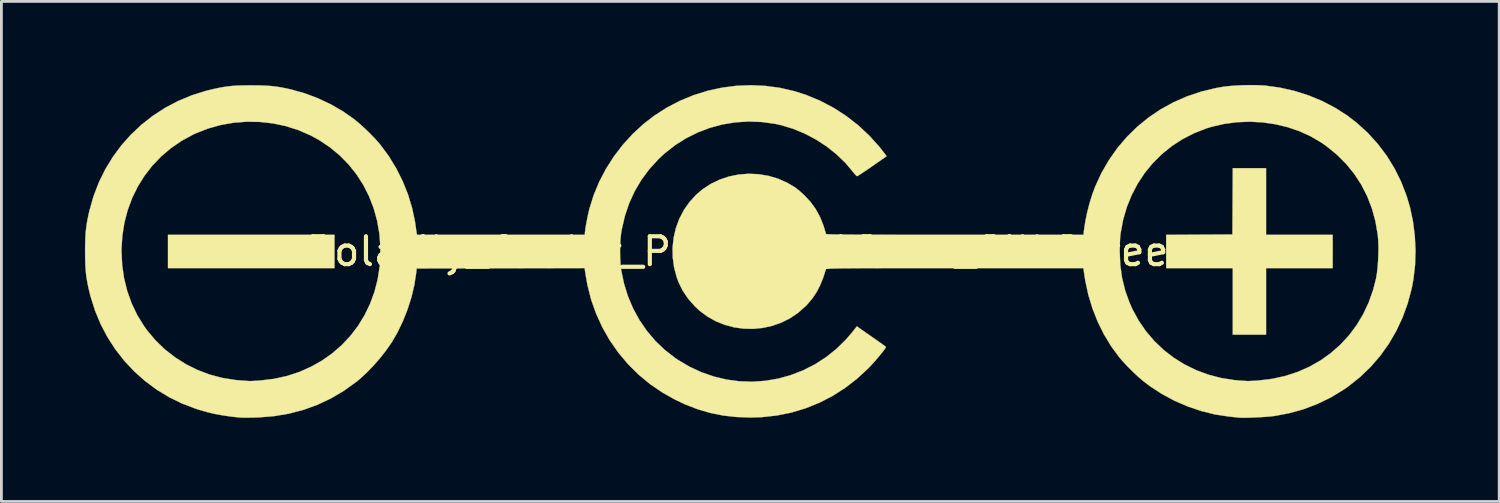
<source format=kicad_pcb>
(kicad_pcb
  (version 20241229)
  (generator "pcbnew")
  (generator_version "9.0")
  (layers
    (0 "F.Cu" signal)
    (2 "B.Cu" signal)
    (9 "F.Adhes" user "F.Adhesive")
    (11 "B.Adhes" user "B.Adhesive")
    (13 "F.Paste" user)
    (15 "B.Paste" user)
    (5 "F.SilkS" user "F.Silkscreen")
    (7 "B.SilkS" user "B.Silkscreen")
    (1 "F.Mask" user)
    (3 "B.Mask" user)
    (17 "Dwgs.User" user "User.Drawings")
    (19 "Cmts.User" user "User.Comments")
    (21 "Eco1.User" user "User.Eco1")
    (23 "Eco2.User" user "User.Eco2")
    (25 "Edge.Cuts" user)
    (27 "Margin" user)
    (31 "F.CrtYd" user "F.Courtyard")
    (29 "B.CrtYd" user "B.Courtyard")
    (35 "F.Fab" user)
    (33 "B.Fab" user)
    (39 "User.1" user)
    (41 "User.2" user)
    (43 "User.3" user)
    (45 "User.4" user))
  (footprint "Polarity_Center_Positive_12mm_SilkScreen"
    (layer "F.Cu")
    (at 23.873 5.977)
    (property "Reference" "Polarity_Center_Positive_12mm_SilkScreen" (at 0 0 0) (layer "F.SilkS") (effects (font (size 1 1) (thickness 0.15))))
    (attr exclude_from_pos_files exclude_from_bom allow_missing_courtyard)
    (fp_poly (pts (xy -14.916 0.598) (xy -20.893 0.598) (xy -20.893 -0.598) (xy -14.916 -0.598) (xy -14.916 0.598)) (stroke (width 0.01) (type solid)) (fill yes) (layer "F.SilkS"))
    (fp_poly (pts (xy 18.527 -0.598) (xy 20.918 -0.598) (xy 20.918 0.598) (xy 18.527 0.598) (xy 18.527 2.988) (xy 17.332 2.988) (xy 17.332 0.598) (xy 14.941 0.598) (xy 14.941 -0.597) (xy 17.319 -0.61) (xy 17.326 -1.799) (xy 17.332 -2.988) (xy 18.527 -2.988) (xy 18.527 -0.598)) (stroke (width 0.01) (type solid)) (fill yes) (layer "F.SilkS"))
    (fp_poly (pts (xy 18.17 -5.97) (xy 18.386 -5.962) (xy 18.491 -5.954) (xy 19.023 -5.882) (xy 19.544 -5.764) (xy 20.051 -5.603) (xy 20.539 -5.401) (xy 21.004 -5.159) (xy 21.441 -4.88) (xy 21.789 -4.612) (xy 22.184 -4.251) (xy 22.541 -3.857) (xy 22.86 -3.433) (xy 23.138 -2.981) (xy 23.375 -2.504) (xy 23.569 -2.004) (xy 23.695 -1.581) (xy 23.801 -1.077) (xy 23.867 -0.558) (xy 23.892 -0.035) (xy 23.876 0.485) (xy 23.818 0.993) (xy 23.755 1.329) (xy 23.612 1.862) (xy 23.427 2.371) (xy 23.201 2.855) (xy 22.934 3.313) (xy 22.628 3.742) (xy 22.284 4.14) (xy 21.904 4.506) (xy 21.488 4.838) (xy 21.313 4.96) (xy 20.854 5.239) (xy 20.374 5.473) (xy 19.874 5.663) (xy 19.351 5.808) (xy 18.844 5.903) (xy 18.716 5.919) (xy 18.558 5.933) (xy 18.381 5.946) (xy 18.195 5.956) (xy 18.011 5.964) (xy 17.839 5.968) (xy 17.69 5.969) (xy 17.575 5.966) (xy 17.531 5.962) (xy 17.469 5.955) (xy 17.373 5.945) (xy 17.258 5.933) (xy 17.182 5.925) (xy 16.69 5.85) (xy 16.198 5.728) (xy 15.711 5.563) (xy 15.238 5.358) (xy 14.786 5.116) (xy 14.362 4.839) (xy 14.107 4.644) (xy 13.944 4.504) (xy 13.766 4.338) (xy 13.586 4.16) (xy 13.418 3.982) (xy 13.274 3.818) (xy 13.257 3.798) (xy 12.967 3.405) (xy 12.707 2.977) (xy 12.482 2.521) (xy 12.293 2.041) (xy 12.143 1.544) (xy 12.035 1.036) (xy 12.014 0.903) (xy 11.969 0.598) (xy 7.353 0.598) (xy 6.77 0.598) (xy 6.235 0.598) (xy 5.746 0.598) (xy 5.301 0.599) (xy 4.899 0.599) (xy 4.538 0.6) (xy 4.215 0.601) (xy 3.93 0.602) (xy 3.681 0.604) (xy 3.465 0.605) (xy 3.28 0.607) (xy 3.126 0.61) (xy 3 0.612) (xy 2.9 0.615) (xy 2.825 0.618) (xy 2.773 0.621) (xy 2.741 0.624) (xy 2.729 0.628) (xy 2.729 0.629) (xy 2.628 0.944) (xy 2.517 1.218) (xy 2.391 1.46) (xy 2.244 1.68) (xy 2.071 1.887) (xy 1.993 1.968) (xy 1.725 2.205) (xy 1.433 2.401) (xy 1.122 2.556) (xy 0.795 2.671) (xy 0.458 2.745) (xy 0.116 2.778) (xy -0.229 2.771) (xy -0.57 2.724) (xy -0.903 2.635) (xy -1.224 2.506) (xy -1.528 2.337) (xy -1.811 2.126) (xy -1.975 1.974) (xy -2.217 1.7) (xy -2.413 1.411) (xy -2.565 1.102) (xy -2.627 0.936) (xy -2.723 0.576) (xy -2.773 0.214) (xy -2.776 0.009) (xy 13.273 0.009) (xy 13.294 0.49) (xy 13.358 0.95) (xy 13.467 1.394) (xy 13.621 1.827) (xy 13.733 2.079) (xy 13.958 2.49) (xy 14.221 2.871) (xy 14.519 3.22) (xy 14.85 3.535) (xy 15.211 3.814) (xy 15.6 4.056) (xy 16.013 4.259) (xy 16.449 4.421) (xy 16.905 4.541) (xy 17.378 4.617) (xy 17.655 4.64) (xy 17.745 4.645) (xy 17.824 4.65) (xy 17.855 4.652) (xy 17.902 4.652) (xy 17.988 4.648) (xy 18.1 4.642) (xy 18.229 4.634) (xy 18.257 4.632) (xy 18.746 4.573) (xy 19.215 4.47) (xy 19.663 4.324) (xy 20.086 4.137) (xy 20.484 3.91) (xy 20.853 3.647) (xy 21.193 3.347) (xy 21.501 3.014) (xy 21.775 2.648) (xy 22.013 2.252) (xy 22.212 1.828) (xy 22.372 1.376) (xy 22.475 0.971) (xy 22.507 0.784) (xy 22.532 0.562) (xy 22.549 0.318) (xy 22.559 0.066) (xy 22.561 -0.18) (xy 22.553 -0.406) (xy 22.538 -0.591) (xy 22.454 -1.078) (xy 22.327 -1.543) (xy 22.156 -1.985) (xy 21.943 -2.401) (xy 21.689 -2.79) (xy 21.394 -3.152) (xy 21.059 -3.485) (xy 20.684 -3.788) (xy 20.519 -3.903) (xy 20.138 -4.128) (xy 19.731 -4.315) (xy 19.302 -4.462) (xy 18.857 -4.568) (xy 18.401 -4.634) (xy 17.938 -4.658) (xy 17.475 -4.64) (xy 17.016 -4.578) (xy 16.567 -4.474) (xy 16.385 -4.418) (xy 15.943 -4.245) (xy 15.527 -4.032) (xy 15.141 -3.781) (xy 14.785 -3.493) (xy 14.461 -3.172) (xy 14.172 -2.819) (xy 13.919 -2.437) (xy 13.704 -2.028) (xy 13.529 -1.595) (xy 13.396 -1.139) (xy 13.307 -0.664) (xy 13.299 -0.598) (xy 13.289 -0.496) (xy 13.282 -0.359) (xy 13.276 -0.204) (xy 13.273 -0.045) (xy 13.273 0.009) (xy -2.776 0.009) (xy -2.778 -0.146) (xy -2.739 -0.501) (xy -2.658 -0.846) (xy -2.535 -1.176) (xy -2.373 -1.487) (xy -2.171 -1.775) (xy -1.932 -2.036) (xy -1.711 -2.225) (xy -1.411 -2.423) (xy -1.091 -2.578) (xy -0.754 -2.691) (xy -0.405 -2.761) (xy -0.05 -2.789) (xy 0.306 -2.774) (xy 0.658 -2.716) (xy 1.002 -2.615) (xy 1.332 -2.47) (xy 1.606 -2.308) (xy 1.688 -2.247) (xy 1.79 -2.163) (xy 1.896 -2.069) (xy 1.961 -2.009) (xy 2.176 -1.776) (xy 2.357 -1.526) (xy 2.508 -1.252) (xy 2.633 -0.946) (xy 2.729 -0.629) (xy 2.739 -0.625) (xy 2.768 -0.621) (xy 2.818 -0.618) (xy 2.89 -0.615) (xy 2.987 -0.612) (xy 3.11 -0.61) (xy 3.26 -0.608) (xy 3.441 -0.606) (xy 3.653 -0.604) (xy 3.898 -0.603) (xy 4.179 -0.601) (xy 4.497 -0.6) (xy 4.853 -0.599) (xy 5.25 -0.599) (xy 5.689 -0.598) (xy 6.173 -0.598) (xy 6.702 -0.598) (xy 7.279 -0.598) (xy 7.355 -0.598) (xy 11.973 -0.598) (xy 11.99 -0.753) (xy 12.036 -1.066) (xy 12.105 -1.401) (xy 12.193 -1.741) (xy 12.295 -2.068) (xy 12.391 -2.326) (xy 12.618 -2.817) (xy 12.884 -3.278) (xy 13.187 -3.71) (xy 13.526 -4.108) (xy 13.898 -4.473) (xy 14.301 -4.803) (xy 14.733 -5.096) (xy 15.193 -5.35) (xy 15.678 -5.563) (xy 16.186 -5.735) (xy 16.715 -5.864) (xy 17.017 -5.916) (xy 17.208 -5.938) (xy 17.433 -5.955) (xy 17.679 -5.967) (xy 17.929 -5.972) (xy 18.17 -5.97)) (stroke (width 0.01) (type solid)) (fill yes) (layer "F.SilkS"))
    (fp_poly (pts (xy 0.563 -5.943) (xy 1.084 -5.872) (xy 1.598 -5.753) (xy 2.005 -5.623) (xy 2.511 -5.414) (xy 2.995 -5.161) (xy 3.453 -4.866) (xy 3.884 -4.531) (xy 4.284 -4.158) (xy 4.652 -3.749) (xy 4.839 -3.509) (xy 4.905 -3.42) (xy 4.39 -3.061) (xy 4.248 -2.963) (xy 4.118 -2.875) (xy 4.007 -2.801) (xy 3.921 -2.745) (xy 3.864 -2.711) (xy 3.845 -2.702) (xy 3.816 -2.72) (xy 3.769 -2.769) (xy 3.715 -2.836) (xy 3.432 -3.173) (xy 3.11 -3.484) (xy 2.755 -3.767) (xy 2.373 -4.017) (xy 1.97 -4.23) (xy 1.552 -4.403) (xy 1.124 -4.533) (xy 0.906 -4.581) (xy 0.43 -4.647) (xy -0.046 -4.665) (xy -0.516 -4.636) (xy -0.979 -4.561) (xy -1.43 -4.441) (xy -1.867 -4.276) (xy -2.285 -4.069) (xy -2.682 -3.819) (xy -3.054 -3.529) (xy -3.287 -3.312) (xy -3.616 -2.952) (xy -3.9 -2.567) (xy -4.141 -2.159) (xy -4.338 -1.727) (xy -4.492 -1.27) (xy -4.603 -0.789) (xy -4.623 -0.672) (xy -4.645 -0.48) (xy -4.659 -0.256) (xy -4.664 -0.015) (xy -4.66 0.227) (xy -4.647 0.454) (xy -4.626 0.65) (xy -4.623 0.669) (xy -4.523 1.15) (xy -4.38 1.611) (xy -4.194 2.05) (xy -3.967 2.464) (xy -3.701 2.851) (xy -3.398 3.209) (xy -3.059 3.534) (xy -2.685 3.824) (xy -2.59 3.889) (xy -2.174 4.135) (xy -1.742 4.336) (xy -1.295 4.49) (xy -0.839 4.599) (xy -0.375 4.661) (xy 0.093 4.676) (xy 0.561 4.643) (xy 1.027 4.562) (xy 1.455 4.443) (xy 1.906 4.269) (xy 2.334 4.051) (xy 2.735 3.792) (xy 3.108 3.494) (xy 3.449 3.158) (xy 3.654 2.919) (xy 3.839 2.687) (xy 3.955 2.771) (xy 4.013 2.811) (xy 4.102 2.874) (xy 4.215 2.953) (xy 4.343 3.042) (xy 4.476 3.134) (xy 4.6 3.221) (xy 4.709 3.298) (xy 4.796 3.362) (xy 4.855 3.407) (xy 4.88 3.429) (xy 4.881 3.43) (xy 4.865 3.464) (xy 4.821 3.528) (xy 4.754 3.615) (xy 4.671 3.718) (xy 4.577 3.831) (xy 4.477 3.946) (xy 4.377 4.058) (xy 4.282 4.159) (xy 4.247 4.195) (xy 3.843 4.569) (xy 3.414 4.9) (xy 2.963 5.188) (xy 2.49 5.431) (xy 1.997 5.63) (xy 1.488 5.783) (xy 0.963 5.889) (xy 0.424 5.948) (xy 0.025 5.961) (xy -0.483 5.943) (xy -0.963 5.89) (xy -1.424 5.797) (xy -1.876 5.665) (xy -2.327 5.49) (xy -2.671 5.329) (xy -3.143 5.065) (xy -3.587 4.762) (xy -4 4.42) (xy -4.38 4.043) (xy -4.725 3.632) (xy -5.033 3.191) (xy -5.3 2.721) (xy -5.524 2.232) (xy -5.7 1.736) (xy -5.83 1.226) (xy -5.882 0.945) (xy -5.938 0.597) (xy -8.952 0.604) (xy -11.965 0.61) (xy -11.984 0.784) (xy -12.049 1.206) (xy -12.153 1.642) (xy -12.292 2.079) (xy -12.461 2.505) (xy -12.656 2.91) (xy -12.861 3.262) (xy -13.055 3.542) (xy -13.276 3.825) (xy -13.516 4.1) (xy -13.763 4.355) (xy -14.009 4.581) (xy -14.127 4.677) (xy -14.573 4.998) (xy -15.038 5.273) (xy -15.523 5.502) (xy -16.027 5.685) (xy -16.55 5.822) (xy -17.092 5.913) (xy -17.653 5.958) (xy -17.768 5.962) (xy -17.92 5.965) (xy -18.061 5.966) (xy -18.182 5.966) (xy -18.272 5.964) (xy -18.315 5.962) (xy -18.653 5.924) (xy -18.953 5.88) (xy -19.229 5.829) (xy -19.492 5.766) (xy -19.756 5.691) (xy -19.884 5.65) (xy -20.38 5.462) (xy -20.852 5.231) (xy -21.298 4.96) (xy -21.715 4.651) (xy -22.102 4.306) (xy -22.457 3.929) (xy -22.777 3.52) (xy -23.061 3.082) (xy -23.306 2.617) (xy -23.51 2.128) (xy -23.671 1.617) (xy -23.704 1.489) (xy -23.756 1.269) (xy -23.795 1.071) (xy -23.825 0.884) (xy -23.846 0.695) (xy -23.859 0.493) (xy -23.866 0.265) (xy -23.868 0) (xy -23.868 -0.012) (xy -22.561 -0.012) (xy -22.538 0.482) (xy -22.469 0.962) (xy -22.355 1.424) (xy -22.196 1.866) (xy -21.994 2.288) (xy -21.748 2.685) (xy -21.643 2.831) (xy -21.342 3.189) (xy -21.007 3.513) (xy -20.641 3.799) (xy -20.249 4.047) (xy -19.833 4.254) (xy -19.397 4.419) (xy -18.943 4.539) (xy -18.476 4.614) (xy -18.29 4.631) (xy -18.174 4.639) (xy -18.072 4.646) (xy -17.998 4.651) (xy -17.967 4.653) (xy -17.924 4.652) (xy -17.843 4.649) (xy -17.734 4.642) (xy -17.606 4.634) (xy -17.57 4.631) (xy -17.086 4.573) (xy -16.621 4.47) (xy -16.177 4.325) (xy -15.757 4.139) (xy -15.362 3.916) (xy -14.994 3.656) (xy -14.656 3.362) (xy -14.35 3.037) (xy -14.077 2.681) (xy -13.841 2.297) (xy -13.642 1.888) (xy -13.482 1.455) (xy -13.365 1.001) (xy -13.292 0.527) (xy -13.276 0.336) (xy -13.267 -0.157) (xy -13.304 -0.638) (xy -13.385 -1.104) (xy -13.509 -1.552) (xy -13.675 -1.981) (xy -13.881 -2.388) (xy -14.127 -2.77) (xy -14.41 -3.125) (xy -14.729 -3.45) (xy -15.083 -3.743) (xy -15.471 -4.001) (xy -15.776 -4.168) (xy -16.209 -4.356) (xy -16.66 -4.499) (xy -17.122 -4.597) (xy -17.592 -4.65) (xy -18.066 -4.658) (xy -18.538 -4.621) (xy -19.004 -4.539) (xy -19.46 -4.411) (xy -19.9 -4.238) (xy -19.991 -4.196) (xy -20.406 -3.97) (xy -20.789 -3.707) (xy -21.139 -3.41) (xy -21.455 -3.08) (xy -21.734 -2.72) (xy -21.975 -2.333) (xy -22.177 -1.922) (xy -22.338 -1.488) (xy -22.457 -1.034) (xy -22.531 -0.563) (xy -22.561 -0.078) (xy -22.561 -0.012) (xy -23.868 -0.012) (xy -23.866 -0.265) (xy -23.859 -0.493) (xy -23.846 -0.695) (xy -23.825 -0.883) (xy -23.796 -1.071) (xy -23.757 -1.27) (xy -23.715 -1.457) (xy -23.568 -1.975) (xy -23.378 -2.472) (xy -23.146 -2.944) (xy -22.875 -3.39) (xy -22.567 -3.807) (xy -22.223 -4.194) (xy -21.846 -4.548) (xy -21.439 -4.868) (xy -21.002 -5.152) (xy -20.538 -5.397) (xy -20.048 -5.602) (xy -19.536 -5.764) (xy -19.299 -5.822) (xy -19.094 -5.867) (xy -18.913 -5.901) (xy -18.744 -5.926) (xy -18.574 -5.944) (xy -18.393 -5.955) (xy -18.188 -5.961) (xy -17.948 -5.963) (xy -17.892 -5.963) (xy -17.625 -5.961) (xy -17.396 -5.953) (xy -17.191 -5.939) (xy -16.999 -5.917) (xy -16.807 -5.886) (xy -16.602 -5.844) (xy -16.462 -5.812) (xy -15.975 -5.675) (xy -15.497 -5.494) (xy -15.034 -5.274) (xy -14.596 -5.019) (xy -14.215 -4.751) (xy -14.034 -4.603) (xy -13.839 -4.428) (xy -13.643 -4.239) (xy -13.459 -4.049) (xy -13.3 -3.87) (xy -13.261 -3.822) (xy -12.962 -3.416) (xy -12.696 -2.979) (xy -12.466 -2.519) (xy -12.275 -2.043) (xy -12.128 -1.557) (xy -12.025 -1.07) (xy -12.003 -0.921) (xy -11.989 -0.817) (xy -11.976 -0.726) (xy -11.966 -0.664) (xy -11.964 -0.654) (xy -11.952 -0.598) (xy -5.927 -0.598) (xy -5.927 -0.657) (xy -5.921 -0.721) (xy -5.907 -0.823) (xy -5.886 -0.951) (xy -5.859 -1.095) (xy -5.83 -1.242) (xy -5.8 -1.383) (xy -5.771 -1.507) (xy -5.765 -1.529) (xy -5.612 -2.021) (xy -5.412 -2.501) (xy -5.17 -2.965) (xy -4.887 -3.408) (xy -4.567 -3.827) (xy -4.212 -4.216) (xy -3.826 -4.573) (xy -3.435 -4.875) (xy -2.985 -5.164) (xy -2.513 -5.409) (xy -2.024 -5.61) (xy -1.521 -5.767) (xy -1.007 -5.88) (xy -0.486 -5.947) (xy 0.038 -5.968) (xy 0.563 -5.943)) (stroke (width 0.01) (type solid)) (fill yes) (layer "F.SilkS")))
  (gr_rect
    (start -3 -3)
    (end 50.769 14.951)
    (stroke (width 0.1) (type default))
    (fill no)
    (layer "Edge.Cuts")))
</source>
